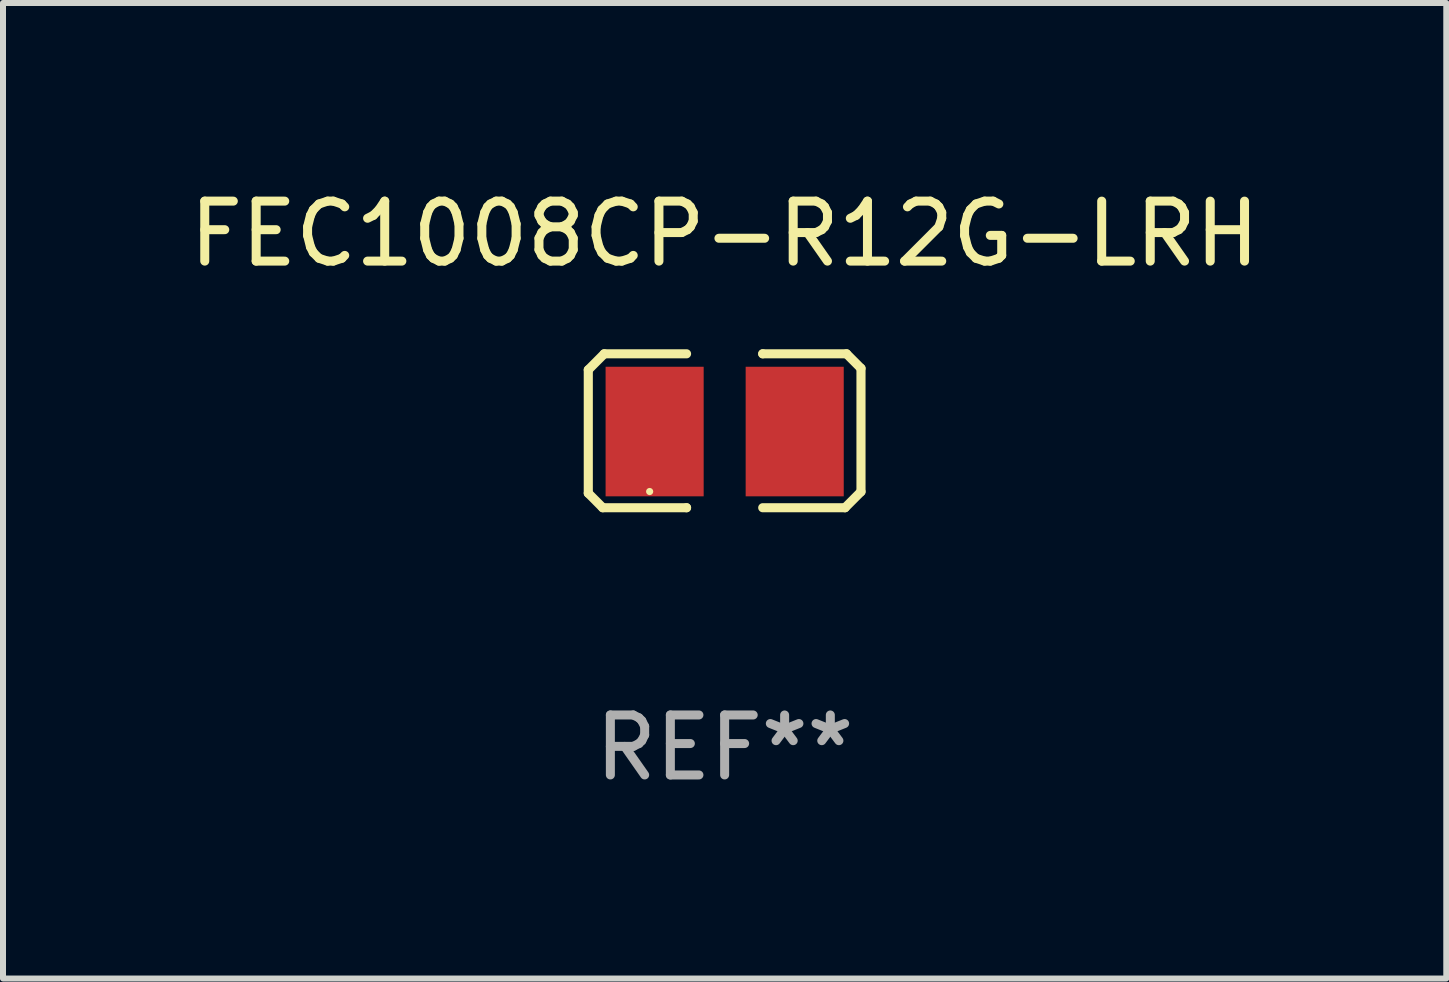
<source format=kicad_pcb>
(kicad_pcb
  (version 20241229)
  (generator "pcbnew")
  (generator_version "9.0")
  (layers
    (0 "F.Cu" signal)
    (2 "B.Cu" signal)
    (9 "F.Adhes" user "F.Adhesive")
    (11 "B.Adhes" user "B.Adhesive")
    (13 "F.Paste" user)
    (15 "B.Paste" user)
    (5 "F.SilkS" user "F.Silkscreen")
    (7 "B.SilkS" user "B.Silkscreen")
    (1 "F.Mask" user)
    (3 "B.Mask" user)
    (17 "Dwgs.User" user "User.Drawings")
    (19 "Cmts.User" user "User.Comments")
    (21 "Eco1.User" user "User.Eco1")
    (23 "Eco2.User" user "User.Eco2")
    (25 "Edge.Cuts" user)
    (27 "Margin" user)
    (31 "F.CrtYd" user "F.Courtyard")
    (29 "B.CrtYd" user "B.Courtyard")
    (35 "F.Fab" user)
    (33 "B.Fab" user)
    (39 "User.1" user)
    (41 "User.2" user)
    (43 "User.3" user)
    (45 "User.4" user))
  (footprint "FEC1008CP-R12G-LRH"
    (layer "F.Cu")
    (at 9.03 4.131)
    (property "Reference" "FEC1008CP-R12G-LRH" (at 0 -3.283 0) (layer "F.SilkS") (effects (font (size 1 1) (thickness 0.15))))
    (attr through_hole)
    (fp_line (start -2.273 -1.016) (end -2.007 -1.283) (stroke (width 0.152) (type solid)) (layer "F.SilkS"))
    (fp_line (start -2.273 1.041) (end -2.273 -1.016) (stroke (width 0.152) (type solid)) (layer "F.SilkS"))
    (fp_line (start -2.032 1.283) (end -2.273 1.041) (stroke (width 0.152) (type solid)) (layer "F.SilkS"))
    (fp_line (start -2.007 -1.283) (end -0.635 -1.283) (stroke (width 0.152) (type solid)) (layer "F.SilkS"))
    (fp_line (start -0.635 1.283) (end -2.032 1.283) (stroke (width 0.152) (type solid)) (layer "F.SilkS"))
    (fp_line (start -0.635 1.283) (end -0.635 1.283) (stroke (width 0.152) (type solid)) (layer "F.SilkS"))
    (fp_line (start 0.635 -1.283) (end 0.635 -1.283) (stroke (width 0.152) (type solid)) (layer "F.SilkS"))
    (fp_line (start 0.635 -1.283) (end 2.032 -1.283) (stroke (width 0.152) (type solid)) (layer "F.SilkS"))
    (fp_line (start 2.007 1.283) (end 0.635 1.283) (stroke (width 0.152) (type solid)) (layer "F.SilkS"))
    (fp_line (start 2.032 -1.283) (end 2.273 -1.041) (stroke (width 0.152) (type solid)) (layer "F.SilkS"))
    (fp_line (start 2.273 -1.041) (end 2.273 1.016) (stroke (width 0.152) (type solid)) (layer "F.SilkS"))
    (fp_line (start 2.273 1.016) (end 2.007 1.283) (stroke (width 0.152) (type solid)) (layer "F.SilkS"))
    (fp_circle (center -1.25 1.013) (end -1.22 1.013) (stroke (width 0.06) (type solid)) (fill no) (layer "F.SilkS"))
    (fp_text user "REF**" (at 0 5.283 0) (layer "F.Fab") (effects (font (size 1 1) (thickness 0.15))))
    (pad "1" smd rect (at -1.167 0.013) (size 1.635 2.16) (layers "F.Cu" "F.Mask" "F.Paste"))
    (pad "2" smd rect (at 1.168 0.013) (size 1.635 2.16) (layers "F.Cu" "F.Mask" "F.Paste")))
  (gr_rect
    (start -3 -3)
    (end 21.06 13.262)
    (stroke (width 0.1) (type default))
    (fill no)
    (layer "Edge.Cuts")))
</source>
